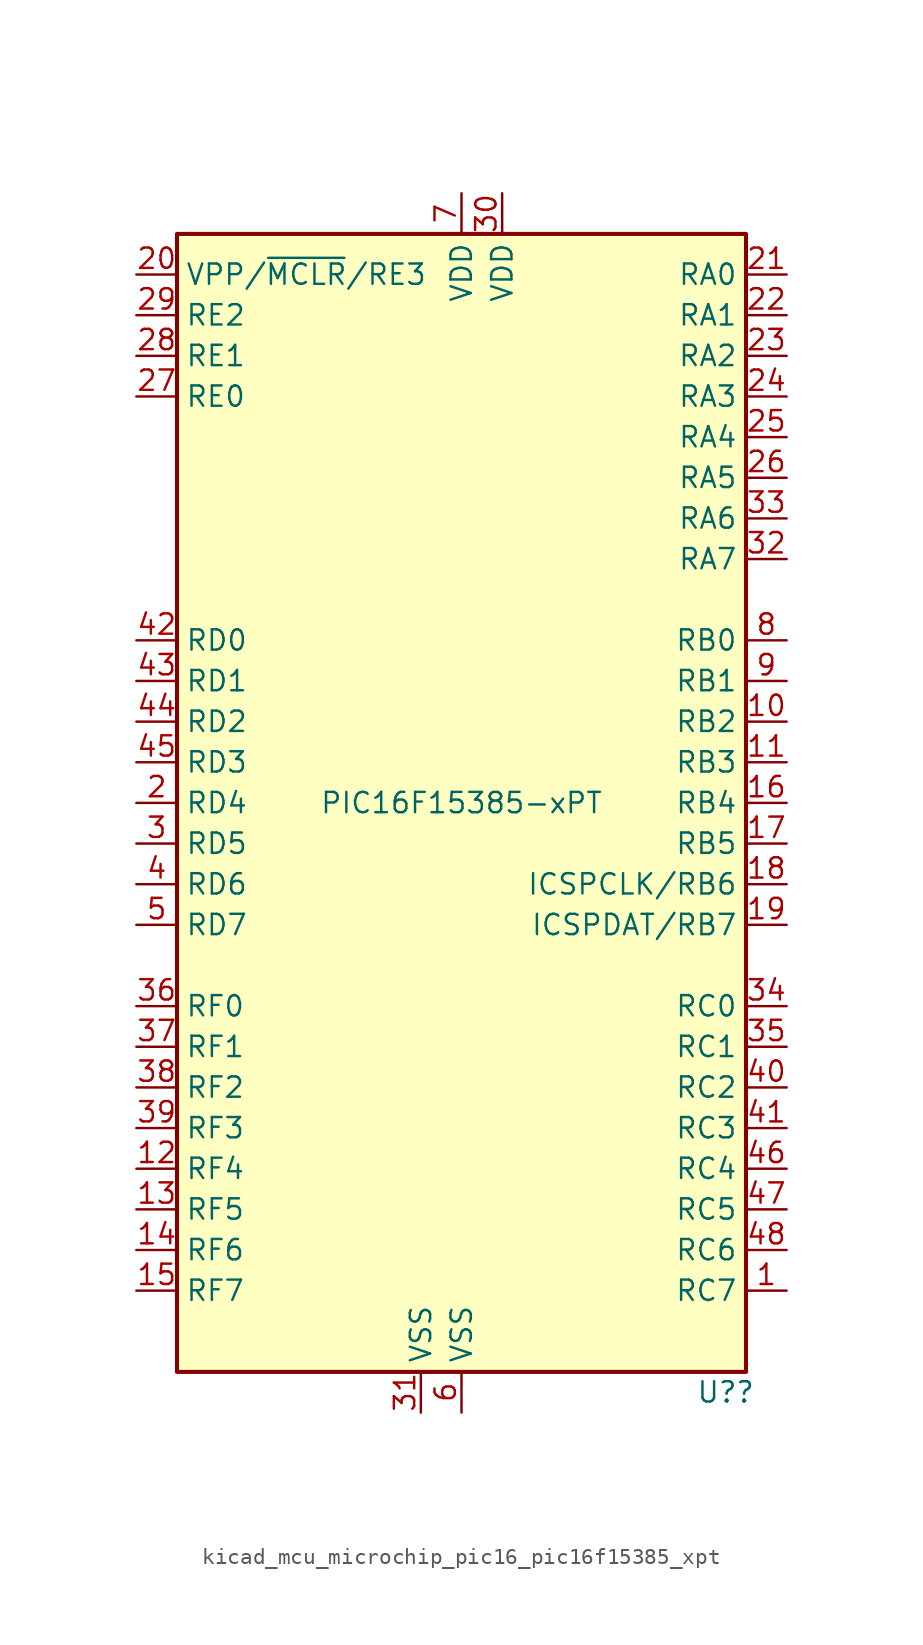
<source format=kicad_sym>
(kicad_symbol_lib
  (version 20220914)
  (generator kicad_symbol_editor)
  (symbol "kicad_mcu_microchip_pic16_pic16f15385_xpt"
    (property "Reference" "U?"
      (at 16.51 -36.83 0)
      (effects (font (size 1.27 1.27))))
    (property "Value" "PIC16F15385-xPT"
      (at 0 0 0)
      (effects (font (size 1.27 1.27))))
    (symbol "kicad_mcu_microchip_pic16_pic16f15385_xpt_0_0"
      (pin bidirectional line (at -20.32 -2.54 0) (length 2.54) (name "RD5" (effects (font (size 1.27 1.27)))) (number "3" (effects (font (size 1.27 1.27)))))
      (pin bidirectional line (at -20.32 -5.08 0) (length 2.54) (name "RD6" (effects (font (size 1.27 1.27)))) (number "4" (effects (font (size 1.27 1.27))))))
    (symbol "kicad_mcu_microchip_pic16_pic16f15385_xpt_0_1"
      (rectangle (start -17.78 35.56) (end 17.78 -35.56) (stroke (width 0.254) (type default)) (fill (type background))))
    (symbol "kicad_mcu_microchip_pic16_pic16f15385_xpt_1_1"
      (pin bidirectional line (at 20.32 -30.48 180) (length 2.54) (name "RC7" (effects (font (size 1.27 1.27)))) (number "1" (effects (font (size 1.27 1.27)))))
      (pin bidirectional line (at 20.32 5.08 180) (length 2.54) (name "RB2" (effects (font (size 1.27 1.27)))) (number "10" (effects (font (size 1.27 1.27)))))
      (pin bidirectional line (at 20.32 2.54 180) (length 2.54) (name "RB3" (effects (font (size 1.27 1.27)))) (number "11" (effects (font (size 1.27 1.27)))))
      (pin bidirectional line (at -20.32 -22.86 0) (length 2.54) (name "RF4" (effects (font (size 1.27 1.27)))) (number "12" (effects (font (size 1.27 1.27)))))
      (pin bidirectional line (at -20.32 -25.4 0) (length 2.54) (name "RF5" (effects (font (size 1.27 1.27)))) (number "13" (effects (font (size 1.27 1.27)))))
      (pin bidirectional line (at -20.32 -27.94 0) (length 2.54) (name "RF6" (effects (font (size 1.27 1.27)))) (number "14" (effects (font (size 1.27 1.27)))))
      (pin bidirectional line (at -20.32 -30.48 0) (length 2.54) (name "RF7" (effects (font (size 1.27 1.27)))) (number "15" (effects (font (size 1.27 1.27)))))
      (pin bidirectional line (at 20.32 0 180) (length 2.54) (name "RB4" (effects (font (size 1.27 1.27)))) (number "16" (effects (font (size 1.27 1.27)))))
      (pin bidirectional line (at 20.32 -2.54 180) (length 2.54) (name "RB5" (effects (font (size 1.27 1.27)))) (number "17" (effects (font (size 1.27 1.27)))))
      (pin bidirectional line (at 20.32 -5.08 180) (length 2.54) (name "ICSPCLK/RB6" (effects (font (size 1.27 1.27)))) (number "18" (effects (font (size 1.27 1.27)))))
      (pin bidirectional line (at 20.32 -7.62 180) (length 2.54) (name "ICSPDAT/RB7" (effects (font (size 1.27 1.27)))) (number "19" (effects (font (size 1.27 1.27)))))
      (pin bidirectional line (at -20.32 0 0) (length 2.54) (name "RD4" (effects (font (size 1.27 1.27)))) (number "2" (effects (font (size 1.27 1.27)))))
      (pin bidirectional line (at -20.32 33.02 0) (length 2.54) (name "VPP/~{MCLR}/RE3" (effects (font (size 1.27 1.27)))) (number "20" (effects (font (size 1.27 1.27)))))
      (pin bidirectional line (at 20.32 33.02 180) (length 2.54) (name "RA0" (effects (font (size 1.27 1.27)))) (number "21" (effects (font (size 1.27 1.27)))))
      (pin bidirectional line (at 20.32 30.48 180) (length 2.54) (name "RA1" (effects (font (size 1.27 1.27)))) (number "22" (effects (font (size 1.27 1.27)))))
      (pin bidirectional line (at 20.32 27.94 180) (length 2.54) (name "RA2" (effects (font (size 1.27 1.27)))) (number "23" (effects (font (size 1.27 1.27)))))
      (pin bidirectional line (at 20.32 25.4 180) (length 2.54) (name "RA3" (effects (font (size 1.27 1.27)))) (number "24" (effects (font (size 1.27 1.27)))))
      (pin bidirectional line (at 20.32 22.86 180) (length 2.54) (name "RA4" (effects (font (size 1.27 1.27)))) (number "25" (effects (font (size 1.27 1.27)))))
      (pin bidirectional line (at 20.32 20.32 180) (length 2.54) (name "RA5" (effects (font (size 1.27 1.27)))) (number "26" (effects (font (size 1.27 1.27)))))
      (pin bidirectional line (at -20.32 25.4 0) (length 2.54) (name "RE0" (effects (font (size 1.27 1.27)))) (number "27" (effects (font (size 1.27 1.27)))))
      (pin bidirectional line (at -20.32 27.94 0) (length 2.54) (name "RE1" (effects (font (size 1.27 1.27)))) (number "28" (effects (font (size 1.27 1.27)))))
      (pin bidirectional line (at -20.32 30.48 0) (length 2.54) (name "RE2" (effects (font (size 1.27 1.27)))) (number "29" (effects (font (size 1.27 1.27)))))
      (pin power_in line (at 2.54 38.1 270) (length 2.54) (name "VDD" (effects (font (size 1.27 1.27)))) (number "30" (effects (font (size 1.27 1.27)))))
      (pin power_in line (at -2.54 -38.1 90) (length 2.54) (name "VSS" (effects (font (size 1.27 1.27)))) (number "31" (effects (font (size 1.27 1.27)))))
      (pin bidirectional line (at 20.32 15.24 180) (length 2.54) (name "RA7" (effects (font (size 1.27 1.27)))) (number "32" (effects (font (size 1.27 1.27)))))
      (pin bidirectional line (at 20.32 17.78 180) (length 2.54) (name "RA6" (effects (font (size 1.27 1.27)))) (number "33" (effects (font (size 1.27 1.27)))))
      (pin bidirectional line (at 20.32 -12.7 180) (length 2.54) (name "RC0" (effects (font (size 1.27 1.27)))) (number "34" (effects (font (size 1.27 1.27)))))
      (pin bidirectional line (at 20.32 -15.24 180) (length 2.54) (name "RC1" (effects (font (size 1.27 1.27)))) (number "35" (effects (font (size 1.27 1.27)))))
      (pin bidirectional line (at -20.32 -12.7 0) (length 2.54) (name "RF0" (effects (font (size 1.27 1.27)))) (number "36" (effects (font (size 1.27 1.27)))))
      (pin bidirectional line (at -20.32 -15.24 0) (length 2.54) (name "RF1" (effects (font (size 1.27 1.27)))) (number "37" (effects (font (size 1.27 1.27)))))
      (pin bidirectional line (at -20.32 -17.78 0) (length 2.54) (name "RF2" (effects (font (size 1.27 1.27)))) (number "38" (effects (font (size 1.27 1.27)))))
      (pin bidirectional line (at -20.32 -20.32 0) (length 2.54) (name "RF3" (effects (font (size 1.27 1.27)))) (number "39" (effects (font (size 1.27 1.27)))))
      (pin bidirectional line (at 20.32 -17.78 180) (length 2.54) (name "RC2" (effects (font (size 1.27 1.27)))) (number "40" (effects (font (size 1.27 1.27)))))
      (pin bidirectional line (at 20.32 -20.32 180) (length 2.54) (name "RC3" (effects (font (size 1.27 1.27)))) (number "41" (effects (font (size 1.27 1.27)))))
      (pin bidirectional line (at -20.32 10.16 0) (length 2.54) (name "RD0" (effects (font (size 1.27 1.27)))) (number "42" (effects (font (size 1.27 1.27)))))
      (pin bidirectional line (at -20.32 7.62 0) (length 2.54) (name "RD1" (effects (font (size 1.27 1.27)))) (number "43" (effects (font (size 1.27 1.27)))))
      (pin bidirectional line (at -20.32 5.08 0) (length 2.54) (name "RD2" (effects (font (size 1.27 1.27)))) (number "44" (effects (font (size 1.27 1.27)))))
      (pin bidirectional line (at -20.32 2.54 0) (length 2.54) (name "RD3" (effects (font (size 1.27 1.27)))) (number "45" (effects (font (size 1.27 1.27)))))
      (pin bidirectional line (at 20.32 -22.86 180) (length 2.54) (name "RC4" (effects (font (size 1.27 1.27)))) (number "46" (effects (font (size 1.27 1.27)))))
      (pin bidirectional line (at 20.32 -25.4 180) (length 2.54) (name "RC5" (effects (font (size 1.27 1.27)))) (number "47" (effects (font (size 1.27 1.27)))))
      (pin bidirectional line (at 20.32 -27.94 180) (length 2.54) (name "RC6" (effects (font (size 1.27 1.27)))) (number "48" (effects (font (size 1.27 1.27)))))
      (pin bidirectional line (at -20.32 -7.62 0) (length 2.54) (name "RD7" (effects (font (size 1.27 1.27)))) (number "5" (effects (font (size 1.27 1.27)))))
      (pin power_in line (at 0 -38.1 90) (length 2.54) (name "VSS" (effects (font (size 1.27 1.27)))) (number "6" (effects (font (size 1.27 1.27)))))
      (pin power_in line (at 0 38.1 270) (length 2.54) (name "VDD" (effects (font (size 1.27 1.27)))) (number "7" (effects (font (size 1.27 1.27)))))
      (pin bidirectional line (at 20.32 10.16 180) (length 2.54) (name "RB0" (effects (font (size 1.27 1.27)))) (number "8" (effects (font (size 1.27 1.27)))))
      (pin bidirectional line (at 20.32 7.62 180) (length 2.54) (name "RB1" (effects (font (size 1.27 1.27)))) (number "9" (effects (font (size 1.27 1.27))))))))
</source>
